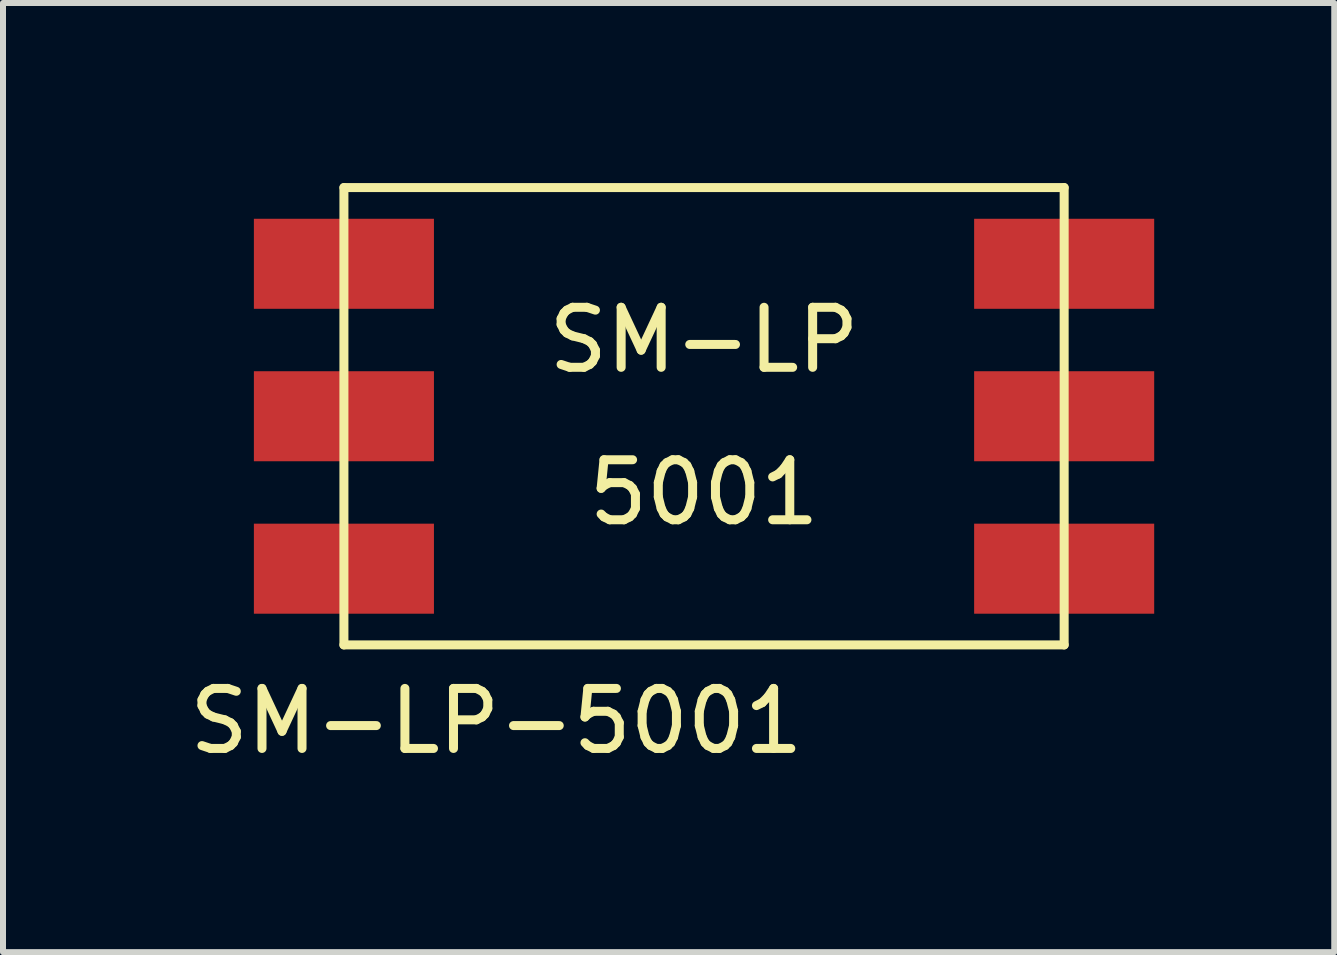
<source format=kicad_pcb>
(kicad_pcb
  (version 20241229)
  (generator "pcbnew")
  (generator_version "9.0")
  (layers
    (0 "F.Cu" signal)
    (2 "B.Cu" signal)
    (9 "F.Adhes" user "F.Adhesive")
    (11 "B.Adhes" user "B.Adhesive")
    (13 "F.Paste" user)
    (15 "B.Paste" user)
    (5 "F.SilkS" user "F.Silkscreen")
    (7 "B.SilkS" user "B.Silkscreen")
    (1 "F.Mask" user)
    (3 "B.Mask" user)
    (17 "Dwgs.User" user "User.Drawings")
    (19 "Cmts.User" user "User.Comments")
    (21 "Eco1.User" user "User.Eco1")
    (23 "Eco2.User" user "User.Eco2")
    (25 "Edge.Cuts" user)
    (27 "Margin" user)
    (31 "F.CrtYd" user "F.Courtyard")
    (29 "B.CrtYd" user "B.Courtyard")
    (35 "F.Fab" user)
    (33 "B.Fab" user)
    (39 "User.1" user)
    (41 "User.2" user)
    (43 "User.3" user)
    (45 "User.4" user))
  (footprint "SM-LP-5001"
    (layer "F.Cu")
    (at 2.68 1.345)
    (property "Reference" "SM-LP-5001" (at 2.54 7.62 0) (layer "F.SilkS") (effects (font (size 1 1) (thickness 0.15))))
    (attr through_hole)
    (fp_line (start 0 -1.27) (end 0 6.35) (stroke (width 0.15) (type solid)) (layer "F.SilkS"))
    (fp_line (start 0 6.35) (end 12 6.35) (stroke (width 0.15) (type solid)) (layer "F.SilkS"))
    (fp_line (start 12 -1.27) (end 0 -1.27) (stroke (width 0.15) (type solid)) (layer "F.SilkS"))
    (fp_line (start 12 6.35) (end 12 -1.27) (stroke (width 0.15) (type solid)) (layer "F.SilkS"))
    (fp_text user "SM-LP" (at 6 1.27 0) (layer "F.SilkS") (effects (font (size 1 1) (thickness 0.15))))
    (fp_text user "5001" (at 6 3.81 0) (layer "F.SilkS") (effects (font (size 1 1) (thickness 0.15))))
    (pad "1" smd rect (at 0 0) (size 3 1.5) (layers "F.Cu" "F.Mask" "F.Paste"))
    (pad "2" smd rect (at 0 2.54) (size 3 1.5) (layers "F.Cu" "F.Mask" "F.Paste"))
    (pad "3" smd rect (at 0 5.08) (size 3 1.5) (layers "F.Cu" "F.Mask" "F.Paste"))
    (pad "4" smd rect (at 12 5.08) (size 3 1.5) (layers "F.Cu" "F.Mask" "F.Paste"))
    (pad "5" smd rect (at 12 2.54) (size 3 1.5) (layers "F.Cu" "F.Mask" "F.Paste"))
    (pad "6" smd rect (at 12 0) (size 3 1.5) (layers "F.Cu" "F.Mask" "F.Paste")))
  (gr_rect
    (start -3 -3)
    (end 19.18 12.813)
    (stroke (width 0.1) (type default))
    (fill no)
    (layer "Edge.Cuts")))
</source>
